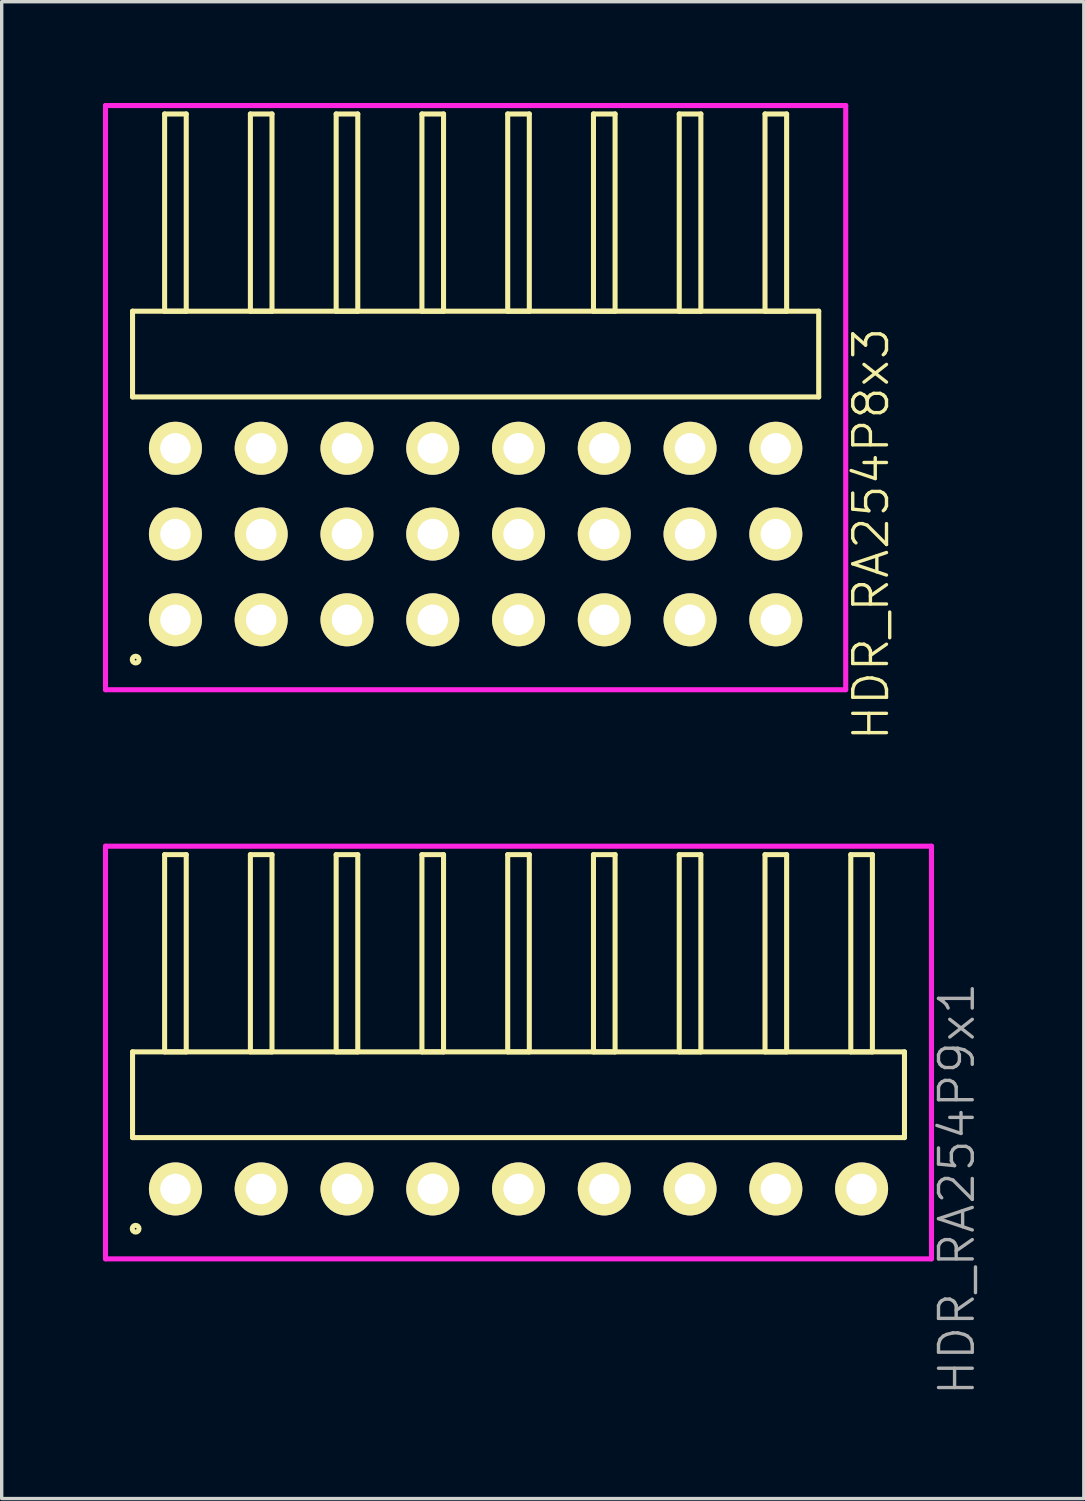
<source format=kicad_pcb>
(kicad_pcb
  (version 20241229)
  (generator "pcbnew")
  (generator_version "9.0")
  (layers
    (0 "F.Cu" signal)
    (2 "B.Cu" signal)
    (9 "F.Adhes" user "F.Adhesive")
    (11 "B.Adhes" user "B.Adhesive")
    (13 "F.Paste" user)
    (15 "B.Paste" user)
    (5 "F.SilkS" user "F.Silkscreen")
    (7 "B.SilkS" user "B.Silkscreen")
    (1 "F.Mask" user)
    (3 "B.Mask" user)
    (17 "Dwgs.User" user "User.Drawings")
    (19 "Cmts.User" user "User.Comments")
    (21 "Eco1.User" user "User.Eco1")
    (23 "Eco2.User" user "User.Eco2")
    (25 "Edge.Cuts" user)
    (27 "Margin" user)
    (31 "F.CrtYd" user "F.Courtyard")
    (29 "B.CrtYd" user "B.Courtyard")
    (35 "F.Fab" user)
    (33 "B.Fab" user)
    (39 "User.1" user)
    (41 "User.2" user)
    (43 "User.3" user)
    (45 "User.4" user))
  (footprint "HDR_RA254P9x1"
    (layer "F.Cu")
    (at 12.305 32.159)
    (property "Reference" "HDR_RA254P9x1" (at 12.98 0 90) (layer "F.Fab") (effects (font (size 1 1) (thickness 0.1))))
    (attr through_hole)
    (fp_line (start -11.43 -4.06) (end -11.43 -1.52) (stroke (width 0.15) (type solid)) (layer "F.SilkS"))
    (fp_line (start -11.43 -1.52) (end 11.43 -1.52) (stroke (width 0.15) (type solid)) (layer "F.SilkS"))
    (fp_line (start -10.48 -9.9) (end -10.48 -4.06) (stroke (width 0.15) (type solid)) (layer "F.SilkS"))
    (fp_line (start -10.48 -4.06) (end -9.84 -4.06) (stroke (width 0.15) (type solid)) (layer "F.SilkS"))
    (fp_line (start -9.84 -9.9) (end -10.48 -9.9) (stroke (width 0.15) (type solid)) (layer "F.SilkS"))
    (fp_line (start -9.84 -4.06) (end -9.84 -9.9) (stroke (width 0.15) (type solid)) (layer "F.SilkS"))
    (fp_line (start -7.94 -9.9) (end -7.94 -4.06) (stroke (width 0.15) (type solid)) (layer "F.SilkS"))
    (fp_line (start -7.94 -4.06) (end -7.3 -4.06) (stroke (width 0.15) (type solid)) (layer "F.SilkS"))
    (fp_line (start -7.3 -9.9) (end -7.94 -9.9) (stroke (width 0.15) (type solid)) (layer "F.SilkS"))
    (fp_line (start -7.3 -4.06) (end -7.3 -9.9) (stroke (width 0.15) (type solid)) (layer "F.SilkS"))
    (fp_line (start -5.4 -9.9) (end -5.4 -4.06) (stroke (width 0.15) (type solid)) (layer "F.SilkS"))
    (fp_line (start -5.4 -4.06) (end -4.76 -4.06) (stroke (width 0.15) (type solid)) (layer "F.SilkS"))
    (fp_line (start -4.76 -9.9) (end -5.4 -9.9) (stroke (width 0.15) (type solid)) (layer "F.SilkS"))
    (fp_line (start -4.76 -4.06) (end -4.76 -9.9) (stroke (width 0.15) (type solid)) (layer "F.SilkS"))
    (fp_line (start -2.86 -9.9) (end -2.86 -4.06) (stroke (width 0.15) (type solid)) (layer "F.SilkS"))
    (fp_line (start -2.86 -4.06) (end -2.22 -4.06) (stroke (width 0.15) (type solid)) (layer "F.SilkS"))
    (fp_line (start -2.22 -9.9) (end -2.86 -9.9) (stroke (width 0.15) (type solid)) (layer "F.SilkS"))
    (fp_line (start -2.22 -4.06) (end -2.22 -9.9) (stroke (width 0.15) (type solid)) (layer "F.SilkS"))
    (fp_line (start -0.32 -9.9) (end -0.32 -4.06) (stroke (width 0.15) (type solid)) (layer "F.SilkS"))
    (fp_line (start -0.32 -4.06) (end 0.32 -4.06) (stroke (width 0.15) (type solid)) (layer "F.SilkS"))
    (fp_line (start 0.32 -9.9) (end -0.32 -9.9) (stroke (width 0.15) (type solid)) (layer "F.SilkS"))
    (fp_line (start 0.32 -4.06) (end 0.32 -9.9) (stroke (width 0.15) (type solid)) (layer "F.SilkS"))
    (fp_line (start 2.22 -9.9) (end 2.22 -4.06) (stroke (width 0.15) (type solid)) (layer "F.SilkS"))
    (fp_line (start 2.22 -4.06) (end 2.86 -4.06) (stroke (width 0.15) (type solid)) (layer "F.SilkS"))
    (fp_line (start 2.86 -9.9) (end 2.22 -9.9) (stroke (width 0.15) (type solid)) (layer "F.SilkS"))
    (fp_line (start 2.86 -4.06) (end 2.86 -9.9) (stroke (width 0.15) (type solid)) (layer "F.SilkS"))
    (fp_line (start 4.76 -9.9) (end 4.76 -4.06) (stroke (width 0.15) (type solid)) (layer "F.SilkS"))
    (fp_line (start 4.76 -4.06) (end 5.4 -4.06) (stroke (width 0.15) (type solid)) (layer "F.SilkS"))
    (fp_line (start 5.4 -9.9) (end 4.76 -9.9) (stroke (width 0.15) (type solid)) (layer "F.SilkS"))
    (fp_line (start 5.4 -4.06) (end 5.4 -9.9) (stroke (width 0.15) (type solid)) (layer "F.SilkS"))
    (fp_line (start 7.3 -9.9) (end 7.3 -4.06) (stroke (width 0.15) (type solid)) (layer "F.SilkS"))
    (fp_line (start 7.3 -4.06) (end 7.94 -4.06) (stroke (width 0.15) (type solid)) (layer "F.SilkS"))
    (fp_line (start 7.94 -9.9) (end 7.3 -9.9) (stroke (width 0.15) (type solid)) (layer "F.SilkS"))
    (fp_line (start 7.94 -4.06) (end 7.94 -9.9) (stroke (width 0.15) (type solid)) (layer "F.SilkS"))
    (fp_line (start 9.84 -9.9) (end 9.84 -4.06) (stroke (width 0.15) (type solid)) (layer "F.SilkS"))
    (fp_line (start 9.84 -4.06) (end 10.48 -4.06) (stroke (width 0.15) (type solid)) (layer "F.SilkS"))
    (fp_line (start 10.48 -9.9) (end 9.84 -9.9) (stroke (width 0.15) (type solid)) (layer "F.SilkS"))
    (fp_line (start 10.48 -4.06) (end 10.48 -9.9) (stroke (width 0.15) (type solid)) (layer "F.SilkS"))
    (fp_line (start 11.43 -4.06) (end -11.43 -4.06) (stroke (width 0.15) (type solid)) (layer "F.SilkS"))
    (fp_line (start 11.43 -1.52) (end 11.43 -4.06) (stroke (width 0.15) (type solid)) (layer "F.SilkS"))
    (fp_circle (center -11.338 1.178) (end -11.238 1.178) (stroke (width 0.15) (type solid)) (fill no) (layer "F.SilkS"))
    (fp_line (start -12.23 -10.15) (end -12.23 2.07) (stroke (width 0.15) (type solid)) (layer "F.CrtYd"))
    (fp_line (start -12.23 2.07) (end 12.23 2.07) (stroke (width 0.15) (type solid)) (layer "F.CrtYd"))
    (fp_line (start 12.23 -10.15) (end -12.23 -10.15) (stroke (width 0.15) (type solid)) (layer "F.CrtYd"))
    (fp_line (start 12.23 2.07) (end 12.23 -10.15) (stroke (width 0.15) (type solid)) (layer "F.CrtYd"))
    (pad "1" thru_hole oval (at -10.16 0) (size 1.57 1.57) (drill 0.9) (layers "*.Cu" "*.Mask" "F.SilkS"))
    (pad "2" thru_hole oval (at -7.62 0) (size 1.57 1.57) (drill 0.9) (layers "*.Cu" "*.Mask" "F.SilkS"))
    (pad "3" thru_hole oval (at -5.08 0) (size 1.57 1.57) (drill 0.9) (layers "*.Cu" "*.Mask" "F.SilkS"))
    (pad "4" thru_hole oval (at -2.54 0) (size 1.57 1.57) (drill 0.9) (layers "*.Cu" "*.Mask" "F.SilkS"))
    (pad "5" thru_hole oval (at 0 0) (size 1.57 1.57) (drill 0.9) (layers "*.Cu" "*.Mask" "F.SilkS"))
    (pad "6" thru_hole oval (at 2.54 0) (size 1.57 1.57) (drill 0.9) (layers "*.Cu" "*.Mask" "F.SilkS"))
    (pad "7" thru_hole oval (at 5.08 0) (size 1.57 1.57) (drill 0.9) (layers "*.Cu" "*.Mask" "F.SilkS"))
    (pad "8" thru_hole oval (at 7.62 0) (size 1.57 1.57) (drill 0.9) (layers "*.Cu" "*.Mask" "F.SilkS"))
    (pad "9" thru_hole oval (at 10.16 0) (size 1.57 1.57) (drill 0.9) (layers "*.Cu" "*.Mask" "F.SilkS")))
  (footprint "HDR_RA254P8x3"
    (layer "F.Cu")
    (at 11.035 12.765)
    (property "Reference" "HDR_RA254P8x3" (at 11.71 0 90) (layer "F.SilkS") (effects (font (size 1 1) (thickness 0.1))))
    (attr through_hole)
    (fp_line (start -10.16 -6.6) (end -10.16 -4.06) (stroke (width 0.15) (type solid)) (layer "F.SilkS"))
    (fp_line (start -10.16 -4.06) (end 10.16 -4.06) (stroke (width 0.15) (type solid)) (layer "F.SilkS"))
    (fp_line (start -9.21 -12.44) (end -9.21 -6.6) (stroke (width 0.15) (type solid)) (layer "F.SilkS"))
    (fp_line (start -9.21 -6.6) (end -8.57 -6.6) (stroke (width 0.15) (type solid)) (layer "F.SilkS"))
    (fp_line (start -8.57 -12.44) (end -9.21 -12.44) (stroke (width 0.15) (type solid)) (layer "F.SilkS"))
    (fp_line (start -8.57 -6.6) (end -8.57 -12.44) (stroke (width 0.15) (type solid)) (layer "F.SilkS"))
    (fp_line (start -6.67 -12.44) (end -6.67 -6.6) (stroke (width 0.15) (type solid)) (layer "F.SilkS"))
    (fp_line (start -6.67 -6.6) (end -6.03 -6.6) (stroke (width 0.15) (type solid)) (layer "F.SilkS"))
    (fp_line (start -6.03 -12.44) (end -6.67 -12.44) (stroke (width 0.15) (type solid)) (layer "F.SilkS"))
    (fp_line (start -6.03 -6.6) (end -6.03 -12.44) (stroke (width 0.15) (type solid)) (layer "F.SilkS"))
    (fp_line (start -4.13 -12.44) (end -4.13 -6.6) (stroke (width 0.15) (type solid)) (layer "F.SilkS"))
    (fp_line (start -4.13 -6.6) (end -3.49 -6.6) (stroke (width 0.15) (type solid)) (layer "F.SilkS"))
    (fp_line (start -3.49 -12.44) (end -4.13 -12.44) (stroke (width 0.15) (type solid)) (layer "F.SilkS"))
    (fp_line (start -3.49 -6.6) (end -3.49 -12.44) (stroke (width 0.15) (type solid)) (layer "F.SilkS"))
    (fp_line (start -1.59 -12.44) (end -1.59 -6.6) (stroke (width 0.15) (type solid)) (layer "F.SilkS"))
    (fp_line (start -1.59 -6.6) (end -0.95 -6.6) (stroke (width 0.15) (type solid)) (layer "F.SilkS"))
    (fp_line (start -0.95 -12.44) (end -1.59 -12.44) (stroke (width 0.15) (type solid)) (layer "F.SilkS"))
    (fp_line (start -0.95 -6.6) (end -0.95 -12.44) (stroke (width 0.15) (type solid)) (layer "F.SilkS"))
    (fp_line (start 0.95 -12.44) (end 0.95 -6.6) (stroke (width 0.15) (type solid)) (layer "F.SilkS"))
    (fp_line (start 0.95 -6.6) (end 1.59 -6.6) (stroke (width 0.15) (type solid)) (layer "F.SilkS"))
    (fp_line (start 1.59 -12.44) (end 0.95 -12.44) (stroke (width 0.15) (type solid)) (layer "F.SilkS"))
    (fp_line (start 1.59 -6.6) (end 1.59 -12.44) (stroke (width 0.15) (type solid)) (layer "F.SilkS"))
    (fp_line (start 3.49 -12.44) (end 3.49 -6.6) (stroke (width 0.15) (type solid)) (layer "F.SilkS"))
    (fp_line (start 3.49 -6.6) (end 4.13 -6.6) (stroke (width 0.15) (type solid)) (layer "F.SilkS"))
    (fp_line (start 4.13 -12.44) (end 3.49 -12.44) (stroke (width 0.15) (type solid)) (layer "F.SilkS"))
    (fp_line (start 4.13 -6.6) (end 4.13 -12.44) (stroke (width 0.15) (type solid)) (layer "F.SilkS"))
    (fp_line (start 6.03 -12.44) (end 6.03 -6.6) (stroke (width 0.15) (type solid)) (layer "F.SilkS"))
    (fp_line (start 6.03 -6.6) (end 6.67 -6.6) (stroke (width 0.15) (type solid)) (layer "F.SilkS"))
    (fp_line (start 6.67 -12.44) (end 6.03 -12.44) (stroke (width 0.15) (type solid)) (layer "F.SilkS"))
    (fp_line (start 6.67 -6.6) (end 6.67 -12.44) (stroke (width 0.15) (type solid)) (layer "F.SilkS"))
    (fp_line (start 8.57 -12.44) (end 8.57 -6.6) (stroke (width 0.15) (type solid)) (layer "F.SilkS"))
    (fp_line (start 8.57 -6.6) (end 9.21 -6.6) (stroke (width 0.15) (type solid)) (layer "F.SilkS"))
    (fp_line (start 9.21 -12.44) (end 8.57 -12.44) (stroke (width 0.15) (type solid)) (layer "F.SilkS"))
    (fp_line (start 9.21 -6.6) (end 9.21 -12.44) (stroke (width 0.15) (type solid)) (layer "F.SilkS"))
    (fp_line (start 10.16 -6.6) (end -10.16 -6.6) (stroke (width 0.15) (type solid)) (layer "F.SilkS"))
    (fp_line (start 10.16 -4.06) (end 10.16 -6.6) (stroke (width 0.15) (type solid)) (layer "F.SilkS"))
    (fp_circle (center -10.068 3.718) (end -9.968 3.718) (stroke (width 0.15) (type solid)) (fill no) (layer "F.SilkS"))
    (fp_line (start -10.96 -12.69) (end -10.96 4.61) (stroke (width 0.15) (type solid)) (layer "F.CrtYd"))
    (fp_line (start -10.96 4.61) (end 10.96 4.61) (stroke (width 0.15) (type solid)) (layer "F.CrtYd"))
    (fp_line (start 10.96 -12.69) (end -10.96 -12.69) (stroke (width 0.15) (type solid)) (layer "F.CrtYd"))
    (fp_line (start 10.96 4.61) (end 10.96 -12.69) (stroke (width 0.15) (type solid)) (layer "F.CrtYd"))
    (pad "1" thru_hole oval (at -8.89 2.54) (size 1.57 1.57) (drill 0.9) (layers "*.Cu" "*.Mask" "F.SilkS"))
    (pad "2" thru_hole oval (at -8.89 0) (size 1.57 1.57) (drill 0.9) (layers "*.Cu" "*.Mask" "F.SilkS"))
    (pad "3" thru_hole oval (at -8.89 -2.54) (size 1.57 1.57) (drill 0.9) (layers "*.Cu" "*.Mask" "F.SilkS"))
    (pad "4" thru_hole oval (at -6.35 2.54) (size 1.57 1.57) (drill 0.9) (layers "*.Cu" "*.Mask" "F.SilkS"))
    (pad "5" thru_hole oval (at -6.35 0) (size 1.57 1.57) (drill 0.9) (layers "*.Cu" "*.Mask" "F.SilkS"))
    (pad "6" thru_hole oval (at -6.35 -2.54) (size 1.57 1.57) (drill 0.9) (layers "*.Cu" "*.Mask" "F.SilkS"))
    (pad "7" thru_hole oval (at -3.81 2.54) (size 1.57 1.57) (drill 0.9) (layers "*.Cu" "*.Mask" "F.SilkS"))
    (pad "8" thru_hole oval (at -3.81 0) (size 1.57 1.57) (drill 0.9) (layers "*.Cu" "*.Mask" "F.SilkS"))
    (pad "9" thru_hole oval (at -3.81 -2.54) (size 1.57 1.57) (drill 0.9) (layers "*.Cu" "*.Mask" "F.SilkS"))
    (pad "10" thru_hole oval (at -1.27 2.54) (size 1.57 1.57) (drill 0.9) (layers "*.Cu" "*.Mask" "F.SilkS"))
    (pad "11" thru_hole oval (at -1.27 0) (size 1.57 1.57) (drill 0.9) (layers "*.Cu" "*.Mask" "F.SilkS"))
    (pad "12" thru_hole oval (at -1.27 -2.54) (size 1.57 1.57) (drill 0.9) (layers "*.Cu" "*.Mask" "F.SilkS"))
    (pad "13" thru_hole oval (at 1.27 2.54) (size 1.57 1.57) (drill 0.9) (layers "*.Cu" "*.Mask" "F.SilkS"))
    (pad "14" thru_hole oval (at 1.27 0) (size 1.57 1.57) (drill 0.9) (layers "*.Cu" "*.Mask" "F.SilkS"))
    (pad "15" thru_hole oval (at 1.27 -2.54) (size 1.57 1.57) (drill 0.9) (layers "*.Cu" "*.Mask" "F.SilkS"))
    (pad "16" thru_hole oval (at 3.81 2.54) (size 1.57 1.57) (drill 0.9) (layers "*.Cu" "*.Mask" "F.SilkS"))
    (pad "17" thru_hole oval (at 3.81 0) (size 1.57 1.57) (drill 0.9) (layers "*.Cu" "*.Mask" "F.SilkS"))
    (pad "18" thru_hole oval (at 3.81 -2.54) (size 1.57 1.57) (drill 0.9) (layers "*.Cu" "*.Mask" "F.SilkS"))
    (pad "19" thru_hole oval (at 6.35 2.54) (size 1.57 1.57) (drill 0.9) (layers "*.Cu" "*.Mask" "F.SilkS"))
    (pad "20" thru_hole oval (at 6.35 0) (size 1.57 1.57) (drill 0.9) (layers "*.Cu" "*.Mask" "F.SilkS"))
    (pad "21" thru_hole oval (at 6.35 -2.54) (size 1.57 1.57) (drill 0.9) (layers "*.Cu" "*.Mask" "F.SilkS"))
    (pad "22" thru_hole oval (at 8.89 2.54) (size 1.57 1.57) (drill 0.9) (layers "*.Cu" "*.Mask" "F.SilkS"))
    (pad "23" thru_hole oval (at 8.89 0) (size 1.57 1.57) (drill 0.9) (layers "*.Cu" "*.Mask" "F.SilkS"))
    (pad "24" thru_hole oval (at 8.89 -2.54) (size 1.57 1.57) (drill 0.9) (layers "*.Cu" "*.Mask" "F.SilkS")))
  (gr_rect
    (start -3 -3)
    (end 29.046 41.328)
    (stroke (width 0.1) (type default))
    (fill no)
    (layer "Edge.Cuts")))
</source>
